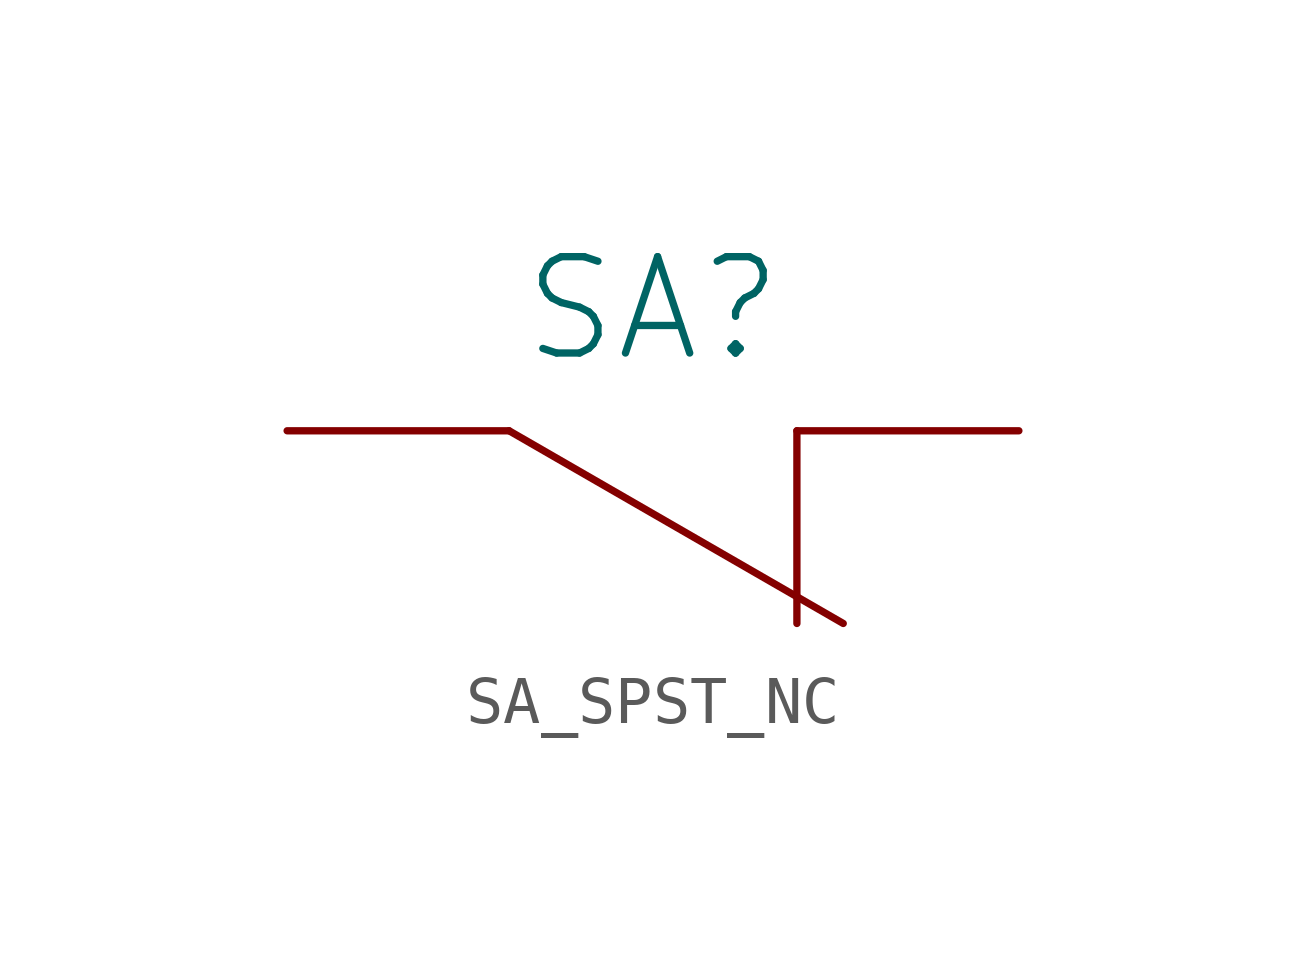
<source format=kicad_sym>
(kicad_symbol_lib
  (version 20231120)
  (generator "kicad_symbol_editor")
  (generator_version "8.0")
  (symbol "SA_SPST_NC"
    (pin_numbers hide)
    (pin_names
      (offset 0) hide)
    (property "Reference" "SA"
      (at 0 2.54 0)
      (effects (font (size 2.007 2.007))))
    (symbol "SA_SPST_NC_0_1"
      (polyline (pts (xy -2.997 0) (xy 3.962 -4.013)) (stroke (width 0) (type solid)) (fill (type none)))
      (polyline (pts (xy 2.997 0) (xy 2.997 -4.013)) (stroke (width 0) (type solid)) (fill (type none))))
    (symbol "SA_SPST_NC_1_1"
      (pin passive line (at -7.62 0 0) (length 4.623) (name "~" (effects (font (size 2.007 2.007)))) (number "1" (effects (font (size 2.007 2.007)))))
      (pin passive line (at 7.62 0 180) (length 4.623) (name "~" (effects (font (size 2.007 2.007)))) (number "2" (effects (font (size 2.007 2.007))))))))
</source>
